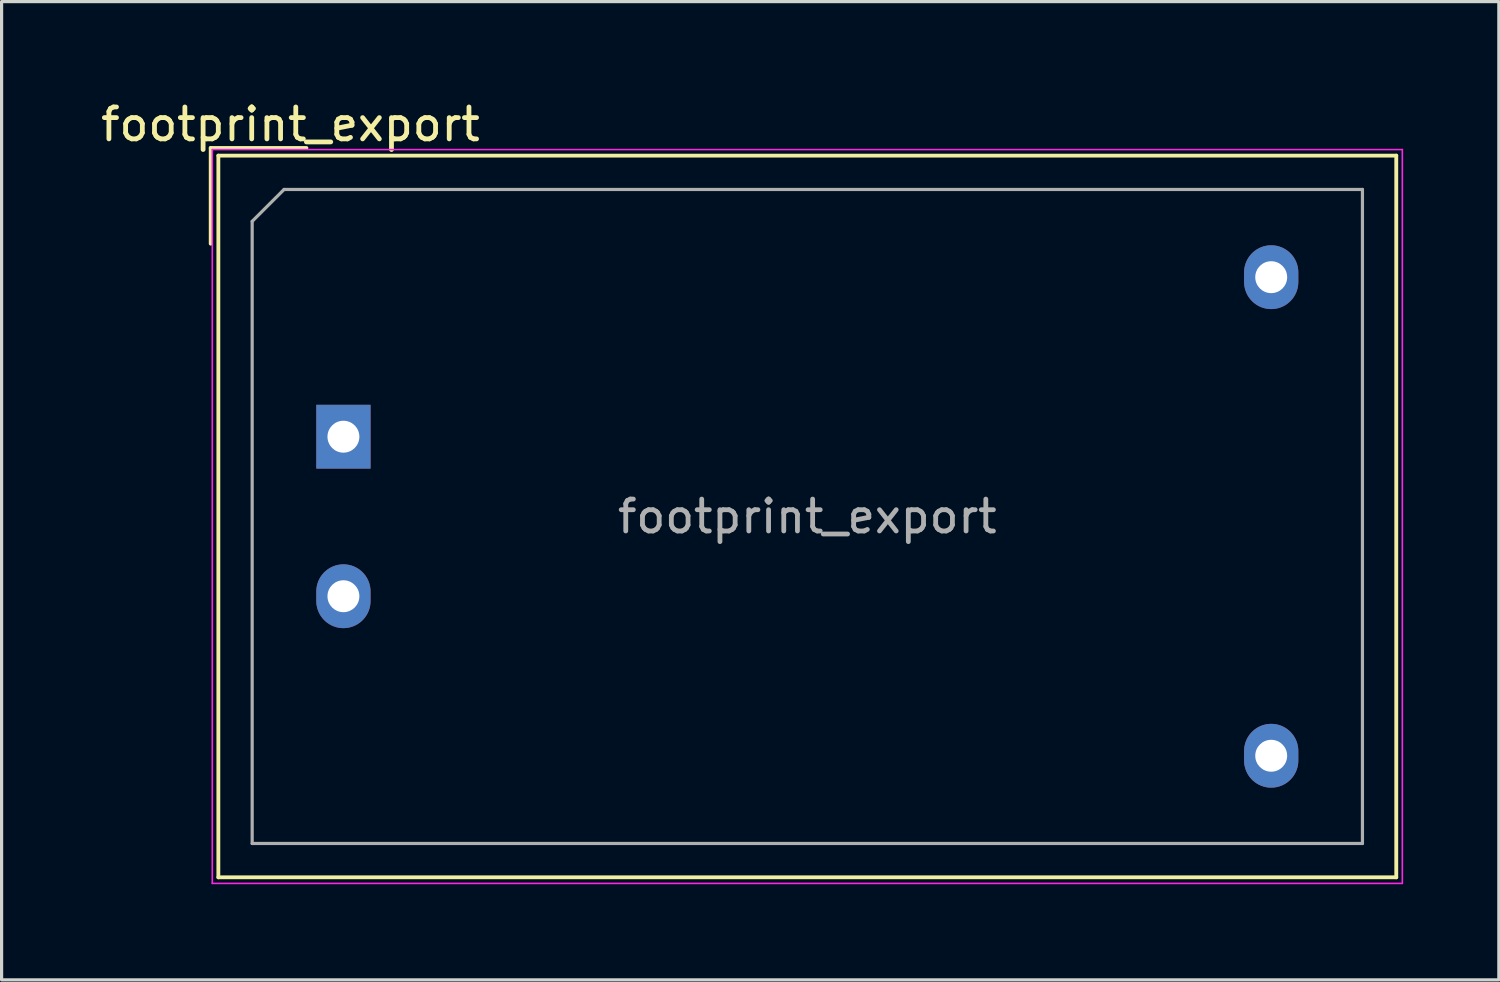
<source format=kicad_pcb>
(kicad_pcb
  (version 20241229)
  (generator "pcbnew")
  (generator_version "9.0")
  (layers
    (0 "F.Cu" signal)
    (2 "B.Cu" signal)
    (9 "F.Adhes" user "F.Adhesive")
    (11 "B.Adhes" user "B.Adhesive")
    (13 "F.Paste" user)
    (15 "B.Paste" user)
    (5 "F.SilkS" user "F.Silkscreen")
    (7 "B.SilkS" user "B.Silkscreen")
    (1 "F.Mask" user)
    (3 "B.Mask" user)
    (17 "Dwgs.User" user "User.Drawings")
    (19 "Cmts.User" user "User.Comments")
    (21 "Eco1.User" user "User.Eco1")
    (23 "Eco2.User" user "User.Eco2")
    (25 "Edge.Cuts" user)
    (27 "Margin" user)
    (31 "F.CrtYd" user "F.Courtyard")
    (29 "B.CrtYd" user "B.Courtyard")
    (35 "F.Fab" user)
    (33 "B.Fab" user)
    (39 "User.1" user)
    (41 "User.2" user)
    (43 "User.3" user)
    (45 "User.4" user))
  (footprint "footprint_export"
    (layer "F.Cu")
    (at 7.714 10.638)
    (property "Reference" "footprint_export" (at -1.66 -9.79 0) (layer "F.SilkS") (effects (font (size 1 1) (thickness 0.15))))
    (attr through_hole)
    (fp_line (start -4.16 -9.05) (end -1.16 -9.05) (stroke (width 0.12) (type solid)) (layer "F.SilkS"))
    (fp_line (start -4.16 -6.05) (end -4.16 -9.05) (stroke (width 0.12) (type solid)) (layer "F.SilkS"))
    (fp_line (start -3.92 -8.81) (end -3.92 13.81) (stroke (width 0.12) (type solid)) (layer "F.SilkS"))
    (fp_line (start -3.92 -8.81) (end 33 -8.81) (stroke (width 0.12) (type solid)) (layer "F.SilkS"))
    (fp_line (start -3.92 13.81) (end 33 13.81) (stroke (width 0.12) (type solid)) (layer "F.SilkS"))
    (fp_line (start 33 -8.81) (end 33 13.81) (stroke (width 0.12) (type solid)) (layer "F.SilkS"))
    (fp_line (start -4.11 -9) (end -4.11 14) (stroke (width 0.05) (type solid)) (layer "F.CrtYd"))
    (fp_line (start -4.11 -9) (end 33.19 -9) (stroke (width 0.05) (type solid)) (layer "F.CrtYd"))
    (fp_line (start -4.11 14) (end 33.19 14) (stroke (width 0.05) (type solid)) (layer "F.CrtYd"))
    (fp_line (start 33.19 -9) (end 33.19 14) (stroke (width 0.05) (type solid)) (layer "F.CrtYd"))
    (fp_line (start -2.86 -6.75) (end -1.86 -7.75) (stroke (width 0.1) (type solid)) (layer "F.Fab"))
    (fp_line (start -2.86 12.75) (end -2.86 -6.75) (stroke (width 0.1) (type solid)) (layer "F.Fab"))
    (fp_line (start -1.86 -7.75) (end 31.94 -7.75) (stroke (width 0.1) (type solid)) (layer "F.Fab"))
    (fp_line (start 31.94 -7.75) (end 31.94 12.75) (stroke (width 0.1) (type solid)) (layer "F.Fab"))
    (fp_line (start 31.94 12.75) (end -2.86 12.75) (stroke (width 0.1) (type solid)) (layer "F.Fab"))
    (fp_text user "${REFERENCE}" (at 14.54 2.5 0) (layer "F.Fab") (effects (font (size 1 1) (thickness 0.15))))
    (pad "1" thru_hole rect (at 0 0) (size 1.7 2) (drill 1) (layers "*.Cu" "*.Mask"))
    (pad "2" thru_hole oval (at 0 5) (size 1.7 2) (drill 1) (layers "*.Cu" "*.Mask"))
    (pad "3" thru_hole oval (at 29.08 -5) (size 1.7 2) (drill 1) (layers "*.Cu" "*.Mask"))
    (pad "4" thru_hole oval (at 29.08 10) (size 1.7 2) (drill 1) (layers "*.Cu" "*.Mask")))
  (gr_rect
    (start -3 -3)
    (end 43.929 27.663)
    (stroke (width 0.1) (type default))
    (fill no)
    (layer "Edge.Cuts")))
</source>
